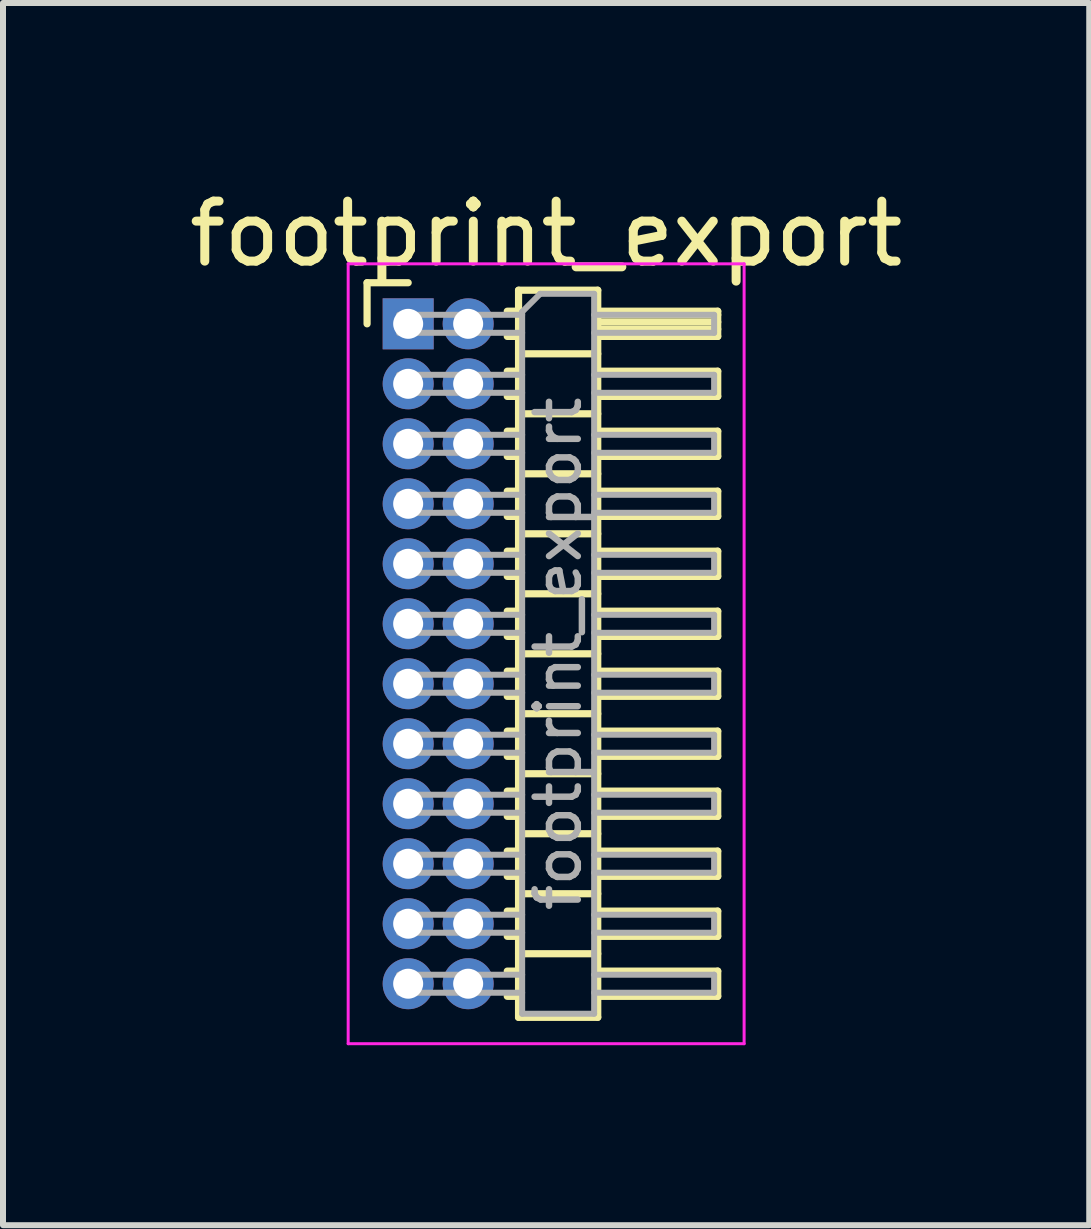
<source format=kicad_pcb>
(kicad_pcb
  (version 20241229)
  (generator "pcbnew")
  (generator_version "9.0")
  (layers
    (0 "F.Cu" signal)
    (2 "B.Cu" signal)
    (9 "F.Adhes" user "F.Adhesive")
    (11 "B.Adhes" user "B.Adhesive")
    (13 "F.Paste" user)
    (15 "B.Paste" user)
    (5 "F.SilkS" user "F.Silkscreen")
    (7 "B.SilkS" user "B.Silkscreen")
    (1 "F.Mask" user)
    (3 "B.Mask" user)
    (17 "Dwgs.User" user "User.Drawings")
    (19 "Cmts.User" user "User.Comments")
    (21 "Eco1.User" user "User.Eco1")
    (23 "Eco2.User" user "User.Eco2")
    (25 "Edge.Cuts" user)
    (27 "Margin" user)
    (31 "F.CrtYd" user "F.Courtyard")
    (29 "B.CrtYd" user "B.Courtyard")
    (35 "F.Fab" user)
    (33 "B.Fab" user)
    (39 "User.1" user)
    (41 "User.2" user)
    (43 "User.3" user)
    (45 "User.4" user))
  (footprint "footprint_export"
    (layer "F.Cu")
    (at 3.754 2.348)
    (property "Reference" "footprint_export" (at 2.3 -1.5 0) (layer "F.SilkS") (effects (font (size 1 1) (thickness 0.15))))
    (attr through_hole)
    (fp_line (start -0.685 -0.685) (end 0 -0.685) (stroke (width 0.12) (type solid)) (layer "F.SilkS"))
    (fp_line (start -0.685 0) (end -0.685 -0.685) (stroke (width 0.12) (type solid)) (layer "F.SilkS"))
    (fp_line (start 1.652 -0.21) (end 1.84 -0.21) (stroke (width 0.12) (type solid)) (layer "F.SilkS"))
    (fp_line (start 1.652 0.21) (end 1.84 0.21) (stroke (width 0.12) (type solid)) (layer "F.SilkS"))
    (fp_line (start 1.652 0.79) (end 1.84 0.79) (stroke (width 0.12) (type solid)) (layer "F.SilkS"))
    (fp_line (start 1.652 1.21) (end 1.84 1.21) (stroke (width 0.12) (type solid)) (layer "F.SilkS"))
    (fp_line (start 1.652 1.79) (end 1.84 1.79) (stroke (width 0.12) (type solid)) (layer "F.SilkS"))
    (fp_line (start 1.652 2.21) (end 1.84 2.21) (stroke (width 0.12) (type solid)) (layer "F.SilkS"))
    (fp_line (start 1.652 2.79) (end 1.84 2.79) (stroke (width 0.12) (type solid)) (layer "F.SilkS"))
    (fp_line (start 1.652 3.21) (end 1.84 3.21) (stroke (width 0.12) (type solid)) (layer "F.SilkS"))
    (fp_line (start 1.652 3.79) (end 1.84 3.79) (stroke (width 0.12) (type solid)) (layer "F.SilkS"))
    (fp_line (start 1.652 4.21) (end 1.84 4.21) (stroke (width 0.12) (type solid)) (layer "F.SilkS"))
    (fp_line (start 1.652 4.79) (end 1.84 4.79) (stroke (width 0.12) (type solid)) (layer "F.SilkS"))
    (fp_line (start 1.652 5.21) (end 1.84 5.21) (stroke (width 0.12) (type solid)) (layer "F.SilkS"))
    (fp_line (start 1.652 5.79) (end 1.84 5.79) (stroke (width 0.12) (type solid)) (layer "F.SilkS"))
    (fp_line (start 1.652 6.21) (end 1.84 6.21) (stroke (width 0.12) (type solid)) (layer "F.SilkS"))
    (fp_line (start 1.652 6.79) (end 1.84 6.79) (stroke (width 0.12) (type solid)) (layer "F.SilkS"))
    (fp_line (start 1.652 7.21) (end 1.84 7.21) (stroke (width 0.12) (type solid)) (layer "F.SilkS"))
    (fp_line (start 1.652 7.79) (end 1.84 7.79) (stroke (width 0.12) (type solid)) (layer "F.SilkS"))
    (fp_line (start 1.652 8.21) (end 1.84 8.21) (stroke (width 0.12) (type solid)) (layer "F.SilkS"))
    (fp_line (start 1.652 8.79) (end 1.84 8.79) (stroke (width 0.12) (type solid)) (layer "F.SilkS"))
    (fp_line (start 1.652 9.21) (end 1.84 9.21) (stroke (width 0.12) (type solid)) (layer "F.SilkS"))
    (fp_line (start 1.652 9.79) (end 1.84 9.79) (stroke (width 0.12) (type solid)) (layer "F.SilkS"))
    (fp_line (start 1.652 10.21) (end 1.84 10.21) (stroke (width 0.12) (type solid)) (layer "F.SilkS"))
    (fp_line (start 1.652 10.79) (end 1.84 10.79) (stroke (width 0.12) (type solid)) (layer "F.SilkS"))
    (fp_line (start 1.652 11.21) (end 1.84 11.21) (stroke (width 0.12) (type solid)) (layer "F.SilkS"))
    (fp_line (start 1.84 -0.56) (end 1.84 11.56) (stroke (width 0.12) (type solid)) (layer "F.SilkS"))
    (fp_line (start 1.84 0.5) (end 3.16 0.5) (stroke (width 0.12) (type solid)) (layer "F.SilkS"))
    (fp_line (start 1.84 1.5) (end 3.16 1.5) (stroke (width 0.12) (type solid)) (layer "F.SilkS"))
    (fp_line (start 1.84 2.5) (end 3.16 2.5) (stroke (width 0.12) (type solid)) (layer "F.SilkS"))
    (fp_line (start 1.84 3.5) (end 3.16 3.5) (stroke (width 0.12) (type solid)) (layer "F.SilkS"))
    (fp_line (start 1.84 4.5) (end 3.16 4.5) (stroke (width 0.12) (type solid)) (layer "F.SilkS"))
    (fp_line (start 1.84 5.5) (end 3.16 5.5) (stroke (width 0.12) (type solid)) (layer "F.SilkS"))
    (fp_line (start 1.84 6.5) (end 3.16 6.5) (stroke (width 0.12) (type solid)) (layer "F.SilkS"))
    (fp_line (start 1.84 7.5) (end 3.16 7.5) (stroke (width 0.12) (type solid)) (layer "F.SilkS"))
    (fp_line (start 1.84 8.5) (end 3.16 8.5) (stroke (width 0.12) (type solid)) (layer "F.SilkS"))
    (fp_line (start 1.84 9.5) (end 3.16 9.5) (stroke (width 0.12) (type solid)) (layer "F.SilkS"))
    (fp_line (start 1.84 10.5) (end 3.16 10.5) (stroke (width 0.12) (type solid)) (layer "F.SilkS"))
    (fp_line (start 1.84 11.56) (end 3.16 11.56) (stroke (width 0.12) (type solid)) (layer "F.SilkS"))
    (fp_line (start 3.16 -0.56) (end 1.84 -0.56) (stroke (width 0.12) (type solid)) (layer "F.SilkS"))
    (fp_line (start 3.16 -0.21) (end 5.16 -0.21) (stroke (width 0.12) (type solid)) (layer "F.SilkS"))
    (fp_line (start 3.16 -0.15) (end 5.16 -0.15) (stroke (width 0.12) (type solid)) (layer "F.SilkS"))
    (fp_line (start 3.16 -0.03) (end 5.16 -0.03) (stroke (width 0.12) (type solid)) (layer "F.SilkS"))
    (fp_line (start 3.16 0.09) (end 5.16 0.09) (stroke (width 0.12) (type solid)) (layer "F.SilkS"))
    (fp_line (start 3.16 0.79) (end 5.16 0.79) (stroke (width 0.12) (type solid)) (layer "F.SilkS"))
    (fp_line (start 3.16 1.79) (end 5.16 1.79) (stroke (width 0.12) (type solid)) (layer "F.SilkS"))
    (fp_line (start 3.16 2.79) (end 5.16 2.79) (stroke (width 0.12) (type solid)) (layer "F.SilkS"))
    (fp_line (start 3.16 3.79) (end 5.16 3.79) (stroke (width 0.12) (type solid)) (layer "F.SilkS"))
    (fp_line (start 3.16 4.79) (end 5.16 4.79) (stroke (width 0.12) (type solid)) (layer "F.SilkS"))
    (fp_line (start 3.16 5.79) (end 5.16 5.79) (stroke (width 0.12) (type solid)) (layer "F.SilkS"))
    (fp_line (start 3.16 6.79) (end 5.16 6.79) (stroke (width 0.12) (type solid)) (layer "F.SilkS"))
    (fp_line (start 3.16 7.79) (end 5.16 7.79) (stroke (width 0.12) (type solid)) (layer "F.SilkS"))
    (fp_line (start 3.16 8.79) (end 5.16 8.79) (stroke (width 0.12) (type solid)) (layer "F.SilkS"))
    (fp_line (start 3.16 9.79) (end 5.16 9.79) (stroke (width 0.12) (type solid)) (layer "F.SilkS"))
    (fp_line (start 3.16 10.79) (end 5.16 10.79) (stroke (width 0.12) (type solid)) (layer "F.SilkS"))
    (fp_line (start 3.16 11.56) (end 3.16 -0.56) (stroke (width 0.12) (type solid)) (layer "F.SilkS"))
    (fp_line (start 5.16 -0.21) (end 5.16 0.21) (stroke (width 0.12) (type solid)) (layer "F.SilkS"))
    (fp_line (start 5.16 0.21) (end 3.16 0.21) (stroke (width 0.12) (type solid)) (layer "F.SilkS"))
    (fp_line (start 5.16 0.79) (end 5.16 1.21) (stroke (width 0.12) (type solid)) (layer "F.SilkS"))
    (fp_line (start 5.16 1.21) (end 3.16 1.21) (stroke (width 0.12) (type solid)) (layer "F.SilkS"))
    (fp_line (start 5.16 1.79) (end 5.16 2.21) (stroke (width 0.12) (type solid)) (layer "F.SilkS"))
    (fp_line (start 5.16 2.21) (end 3.16 2.21) (stroke (width 0.12) (type solid)) (layer "F.SilkS"))
    (fp_line (start 5.16 2.79) (end 5.16 3.21) (stroke (width 0.12) (type solid)) (layer "F.SilkS"))
    (fp_line (start 5.16 3.21) (end 3.16 3.21) (stroke (width 0.12) (type solid)) (layer "F.SilkS"))
    (fp_line (start 5.16 3.79) (end 5.16 4.21) (stroke (width 0.12) (type solid)) (layer "F.SilkS"))
    (fp_line (start 5.16 4.21) (end 3.16 4.21) (stroke (width 0.12) (type solid)) (layer "F.SilkS"))
    (fp_line (start 5.16 4.79) (end 5.16 5.21) (stroke (width 0.12) (type solid)) (layer "F.SilkS"))
    (fp_line (start 5.16 5.21) (end 3.16 5.21) (stroke (width 0.12) (type solid)) (layer "F.SilkS"))
    (fp_line (start 5.16 5.79) (end 5.16 6.21) (stroke (width 0.12) (type solid)) (layer "F.SilkS"))
    (fp_line (start 5.16 6.21) (end 3.16 6.21) (stroke (width 0.12) (type solid)) (layer "F.SilkS"))
    (fp_line (start 5.16 6.79) (end 5.16 7.21) (stroke (width 0.12) (type solid)) (layer "F.SilkS"))
    (fp_line (start 5.16 7.21) (end 3.16 7.21) (stroke (width 0.12) (type solid)) (layer "F.SilkS"))
    (fp_line (start 5.16 7.79) (end 5.16 8.21) (stroke (width 0.12) (type solid)) (layer "F.SilkS"))
    (fp_line (start 5.16 8.21) (end 3.16 8.21) (stroke (width 0.12) (type solid)) (layer "F.SilkS"))
    (fp_line (start 5.16 8.79) (end 5.16 9.21) (stroke (width 0.12) (type solid)) (layer "F.SilkS"))
    (fp_line (start 5.16 9.21) (end 3.16 9.21) (stroke (width 0.12) (type solid)) (layer "F.SilkS"))
    (fp_line (start 5.16 9.79) (end 5.16 10.21) (stroke (width 0.12) (type solid)) (layer "F.SilkS"))
    (fp_line (start 5.16 10.21) (end 3.16 10.21) (stroke (width 0.12) (type solid)) (layer "F.SilkS"))
    (fp_line (start 5.16 10.79) (end 5.16 11.21) (stroke (width 0.12) (type solid)) (layer "F.SilkS"))
    (fp_line (start 5.16 11.21) (end 3.16 11.21) (stroke (width 0.12) (type solid)) (layer "F.SilkS"))
    (fp_line (start -1 -1) (end -1 12) (stroke (width 0.05) (type solid)) (layer "F.CrtYd"))
    (fp_line (start -1 12) (end 5.6 12) (stroke (width 0.05) (type solid)) (layer "F.CrtYd"))
    (fp_line (start 5.6 -1) (end -1 -1) (stroke (width 0.05) (type solid)) (layer "F.CrtYd"))
    (fp_line (start 5.6 12) (end 5.6 -1) (stroke (width 0.05) (type solid)) (layer "F.CrtYd"))
    (fp_line (start -0.15 -0.15) (end -0.15 0.15) (stroke (width 0.1) (type solid)) (layer "F.Fab"))
    (fp_line (start -0.15 -0.15) (end 1.9 -0.15) (stroke (width 0.1) (type solid)) (layer "F.Fab"))
    (fp_line (start -0.15 0.15) (end 1.9 0.15) (stroke (width 0.1) (type solid)) (layer "F.Fab"))
    (fp_line (start -0.15 0.85) (end -0.15 1.15) (stroke (width 0.1) (type solid)) (layer "F.Fab"))
    (fp_line (start -0.15 0.85) (end 1.9 0.85) (stroke (width 0.1) (type solid)) (layer "F.Fab"))
    (fp_line (start -0.15 1.15) (end 1.9 1.15) (stroke (width 0.1) (type solid)) (layer "F.Fab"))
    (fp_line (start -0.15 1.85) (end -0.15 2.15) (stroke (width 0.1) (type solid)) (layer "F.Fab"))
    (fp_line (start -0.15 1.85) (end 1.9 1.85) (stroke (width 0.1) (type solid)) (layer "F.Fab"))
    (fp_line (start -0.15 2.15) (end 1.9 2.15) (stroke (width 0.1) (type solid)) (layer "F.Fab"))
    (fp_line (start -0.15 2.85) (end -0.15 3.15) (stroke (width 0.1) (type solid)) (layer "F.Fab"))
    (fp_line (start -0.15 2.85) (end 1.9 2.85) (stroke (width 0.1) (type solid)) (layer "F.Fab"))
    (fp_line (start -0.15 3.15) (end 1.9 3.15) (stroke (width 0.1) (type solid)) (layer "F.Fab"))
    (fp_line (start -0.15 3.85) (end -0.15 4.15) (stroke (width 0.1) (type solid)) (layer "F.Fab"))
    (fp_line (start -0.15 3.85) (end 1.9 3.85) (stroke (width 0.1) (type solid)) (layer "F.Fab"))
    (fp_line (start -0.15 4.15) (end 1.9 4.15) (stroke (width 0.1) (type solid)) (layer "F.Fab"))
    (fp_line (start -0.15 4.85) (end -0.15 5.15) (stroke (width 0.1) (type solid)) (layer "F.Fab"))
    (fp_line (start -0.15 4.85) (end 1.9 4.85) (stroke (width 0.1) (type solid)) (layer "F.Fab"))
    (fp_line (start -0.15 5.15) (end 1.9 5.15) (stroke (width 0.1) (type solid)) (layer "F.Fab"))
    (fp_line (start -0.15 5.85) (end -0.15 6.15) (stroke (width 0.1) (type solid)) (layer "F.Fab"))
    (fp_line (start -0.15 5.85) (end 1.9 5.85) (stroke (width 0.1) (type solid)) (layer "F.Fab"))
    (fp_line (start -0.15 6.15) (end 1.9 6.15) (stroke (width 0.1) (type solid)) (layer "F.Fab"))
    (fp_line (start -0.15 6.85) (end -0.15 7.15) (stroke (width 0.1) (type solid)) (layer "F.Fab"))
    (fp_line (start -0.15 6.85) (end 1.9 6.85) (stroke (width 0.1) (type solid)) (layer "F.Fab"))
    (fp_line (start -0.15 7.15) (end 1.9 7.15) (stroke (width 0.1) (type solid)) (layer "F.Fab"))
    (fp_line (start -0.15 7.85) (end -0.15 8.15) (stroke (width 0.1) (type solid)) (layer "F.Fab"))
    (fp_line (start -0.15 7.85) (end 1.9 7.85) (stroke (width 0.1) (type solid)) (layer "F.Fab"))
    (fp_line (start -0.15 8.15) (end 1.9 8.15) (stroke (width 0.1) (type solid)) (layer "F.Fab"))
    (fp_line (start -0.15 8.85) (end -0.15 9.15) (stroke (width 0.1) (type solid)) (layer "F.Fab"))
    (fp_line (start -0.15 8.85) (end 1.9 8.85) (stroke (width 0.1) (type solid)) (layer "F.Fab"))
    (fp_line (start -0.15 9.15) (end 1.9 9.15) (stroke (width 0.1) (type solid)) (layer "F.Fab"))
    (fp_line (start -0.15 9.85) (end -0.15 10.15) (stroke (width 0.1) (type solid)) (layer "F.Fab"))
    (fp_line (start -0.15 9.85) (end 1.9 9.85) (stroke (width 0.1) (type solid)) (layer "F.Fab"))
    (fp_line (start -0.15 10.15) (end 1.9 10.15) (stroke (width 0.1) (type solid)) (layer "F.Fab"))
    (fp_line (start -0.15 10.85) (end -0.15 11.15) (stroke (width 0.1) (type solid)) (layer "F.Fab"))
    (fp_line (start -0.15 10.85) (end 1.9 10.85) (stroke (width 0.1) (type solid)) (layer "F.Fab"))
    (fp_line (start -0.15 11.15) (end 1.9 11.15) (stroke (width 0.1) (type solid)) (layer "F.Fab"))
    (fp_line (start 1.9 -0.2) (end 2.2 -0.5) (stroke (width 0.1) (type solid)) (layer "F.Fab"))
    (fp_line (start 1.9 11.5) (end 1.9 -0.2) (stroke (width 0.1) (type solid)) (layer "F.Fab"))
    (fp_line (start 2.2 -0.5) (end 3.1 -0.5) (stroke (width 0.1) (type solid)) (layer "F.Fab"))
    (fp_line (start 3.1 -0.5) (end 3.1 11.5) (stroke (width 0.1) (type solid)) (layer "F.Fab"))
    (fp_line (start 3.1 -0.15) (end 5.1 -0.15) (stroke (width 0.1) (type solid)) (layer "F.Fab"))
    (fp_line (start 3.1 0.15) (end 5.1 0.15) (stroke (width 0.1) (type solid)) (layer "F.Fab"))
    (fp_line (start 3.1 0.85) (end 5.1 0.85) (stroke (width 0.1) (type solid)) (layer "F.Fab"))
    (fp_line (start 3.1 1.15) (end 5.1 1.15) (stroke (width 0.1) (type solid)) (layer "F.Fab"))
    (fp_line (start 3.1 1.85) (end 5.1 1.85) (stroke (width 0.1) (type solid)) (layer "F.Fab"))
    (fp_line (start 3.1 2.15) (end 5.1 2.15) (stroke (width 0.1) (type solid)) (layer "F.Fab"))
    (fp_line (start 3.1 2.85) (end 5.1 2.85) (stroke (width 0.1) (type solid)) (layer "F.Fab"))
    (fp_line (start 3.1 3.15) (end 5.1 3.15) (stroke (width 0.1) (type solid)) (layer "F.Fab"))
    (fp_line (start 3.1 3.85) (end 5.1 3.85) (stroke (width 0.1) (type solid)) (layer "F.Fab"))
    (fp_line (start 3.1 4.15) (end 5.1 4.15) (stroke (width 0.1) (type solid)) (layer "F.Fab"))
    (fp_line (start 3.1 4.85) (end 5.1 4.85) (stroke (width 0.1) (type solid)) (layer "F.Fab"))
    (fp_line (start 3.1 5.15) (end 5.1 5.15) (stroke (width 0.1) (type solid)) (layer "F.Fab"))
    (fp_line (start 3.1 5.85) (end 5.1 5.85) (stroke (width 0.1) (type solid)) (layer "F.Fab"))
    (fp_line (start 3.1 6.15) (end 5.1 6.15) (stroke (width 0.1) (type solid)) (layer "F.Fab"))
    (fp_line (start 3.1 6.85) (end 5.1 6.85) (stroke (width 0.1) (type solid)) (layer "F.Fab"))
    (fp_line (start 3.1 7.15) (end 5.1 7.15) (stroke (width 0.1) (type solid)) (layer "F.Fab"))
    (fp_line (start 3.1 7.85) (end 5.1 7.85) (stroke (width 0.1) (type solid)) (layer "F.Fab"))
    (fp_line (start 3.1 8.15) (end 5.1 8.15) (stroke (width 0.1) (type solid)) (layer "F.Fab"))
    (fp_line (start 3.1 8.85) (end 5.1 8.85) (stroke (width 0.1) (type solid)) (layer "F.Fab"))
    (fp_line (start 3.1 9.15) (end 5.1 9.15) (stroke (width 0.1) (type solid)) (layer "F.Fab"))
    (fp_line (start 3.1 9.85) (end 5.1 9.85) (stroke (width 0.1) (type solid)) (layer "F.Fab"))
    (fp_line (start 3.1 10.15) (end 5.1 10.15) (stroke (width 0.1) (type solid)) (layer "F.Fab"))
    (fp_line (start 3.1 10.85) (end 5.1 10.85) (stroke (width 0.1) (type solid)) (layer "F.Fab"))
    (fp_line (start 3.1 11.15) (end 5.1 11.15) (stroke (width 0.1) (type solid)) (layer "F.Fab"))
    (fp_line (start 3.1 11.5) (end 1.9 11.5) (stroke (width 0.1) (type solid)) (layer "F.Fab"))
    (fp_line (start 5.1 -0.15) (end 5.1 0.15) (stroke (width 0.1) (type solid)) (layer "F.Fab"))
    (fp_line (start 5.1 0.85) (end 5.1 1.15) (stroke (width 0.1) (type solid)) (layer "F.Fab"))
    (fp_line (start 5.1 1.85) (end 5.1 2.15) (stroke (width 0.1) (type solid)) (layer "F.Fab"))
    (fp_line (start 5.1 2.85) (end 5.1 3.15) (stroke (width 0.1) (type solid)) (layer "F.Fab"))
    (fp_line (start 5.1 3.85) (end 5.1 4.15) (stroke (width 0.1) (type solid)) (layer "F.Fab"))
    (fp_line (start 5.1 4.85) (end 5.1 5.15) (stroke (width 0.1) (type solid)) (layer "F.Fab"))
    (fp_line (start 5.1 5.85) (end 5.1 6.15) (stroke (width 0.1) (type solid)) (layer "F.Fab"))
    (fp_line (start 5.1 6.85) (end 5.1 7.15) (stroke (width 0.1) (type solid)) (layer "F.Fab"))
    (fp_line (start 5.1 7.85) (end 5.1 8.15) (stroke (width 0.1) (type solid)) (layer "F.Fab"))
    (fp_line (start 5.1 8.85) (end 5.1 9.15) (stroke (width 0.1) (type solid)) (layer "F.Fab"))
    (fp_line (start 5.1 9.85) (end 5.1 10.15) (stroke (width 0.1) (type solid)) (layer "F.Fab"))
    (fp_line (start 5.1 10.85) (end 5.1 11.15) (stroke (width 0.1) (type solid)) (layer "F.Fab"))
    (fp_text user "${REFERENCE}" (at 2.5 5.5 90) (layer "F.Fab") (effects (font (size 0.72 0.72) (thickness 0.108))))
    (pad "1" thru_hole rect (at 0 0) (size 0.85 0.85) (drill 0.5) (layers "*.Cu" "*.Mask"))
    (pad "2" thru_hole oval (at 1 0) (size 0.85 0.85) (drill 0.5) (layers "*.Cu" "*.Mask"))
    (pad "3" thru_hole oval (at 0 1) (size 0.85 0.85) (drill 0.5) (layers "*.Cu" "*.Mask"))
    (pad "4" thru_hole oval (at 1 1) (size 0.85 0.85) (drill 0.5) (layers "*.Cu" "*.Mask"))
    (pad "5" thru_hole oval (at 0 2) (size 0.85 0.85) (drill 0.5) (layers "*.Cu" "*.Mask"))
    (pad "6" thru_hole oval (at 1 2) (size 0.85 0.85) (drill 0.5) (layers "*.Cu" "*.Mask"))
    (pad "7" thru_hole oval (at 0 3) (size 0.85 0.85) (drill 0.5) (layers "*.Cu" "*.Mask"))
    (pad "8" thru_hole oval (at 1 3) (size 0.85 0.85) (drill 0.5) (layers "*.Cu" "*.Mask"))
    (pad "9" thru_hole oval (at 0 4) (size 0.85 0.85) (drill 0.5) (layers "*.Cu" "*.Mask"))
    (pad "10" thru_hole oval (at 1 4) (size 0.85 0.85) (drill 0.5) (layers "*.Cu" "*.Mask"))
    (pad "11" thru_hole oval (at 0 5) (size 0.85 0.85) (drill 0.5) (layers "*.Cu" "*.Mask"))
    (pad "12" thru_hole oval (at 1 5) (size 0.85 0.85) (drill 0.5) (layers "*.Cu" "*.Mask"))
    (pad "13" thru_hole oval (at 0 6) (size 0.85 0.85) (drill 0.5) (layers "*.Cu" "*.Mask"))
    (pad "14" thru_hole oval (at 1 6) (size 0.85 0.85) (drill 0.5) (layers "*.Cu" "*.Mask"))
    (pad "15" thru_hole oval (at 0 7) (size 0.85 0.85) (drill 0.5) (layers "*.Cu" "*.Mask"))
    (pad "16" thru_hole oval (at 1 7) (size 0.85 0.85) (drill 0.5) (layers "*.Cu" "*.Mask"))
    (pad "17" thru_hole oval (at 0 8) (size 0.85 0.85) (drill 0.5) (layers "*.Cu" "*.Mask"))
    (pad "18" thru_hole oval (at 1 8) (size 0.85 0.85) (drill 0.5) (layers "*.Cu" "*.Mask"))
    (pad "19" thru_hole oval (at 0 9) (size 0.85 0.85) (drill 0.5) (layers "*.Cu" "*.Mask"))
    (pad "20" thru_hole oval (at 1 9) (size 0.85 0.85) (drill 0.5) (layers "*.Cu" "*.Mask"))
    (pad "21" thru_hole oval (at 0 10) (size 0.85 0.85) (drill 0.5) (layers "*.Cu" "*.Mask"))
    (pad "22" thru_hole oval (at 1 10) (size 0.85 0.85) (drill 0.5) (layers "*.Cu" "*.Mask"))
    (pad "23" thru_hole oval (at 0 11) (size 0.85 0.85) (drill 0.5) (layers "*.Cu" "*.Mask"))
    (pad "24" thru_hole oval (at 1 11) (size 0.85 0.85) (drill 0.5) (layers "*.Cu" "*.Mask")))
  (gr_rect
    (start -3 -3)
    (end 15.107 17.373)
    (stroke (width 0.1) (type default))
    (fill no)
    (layer "Edge.Cuts")))
</source>
